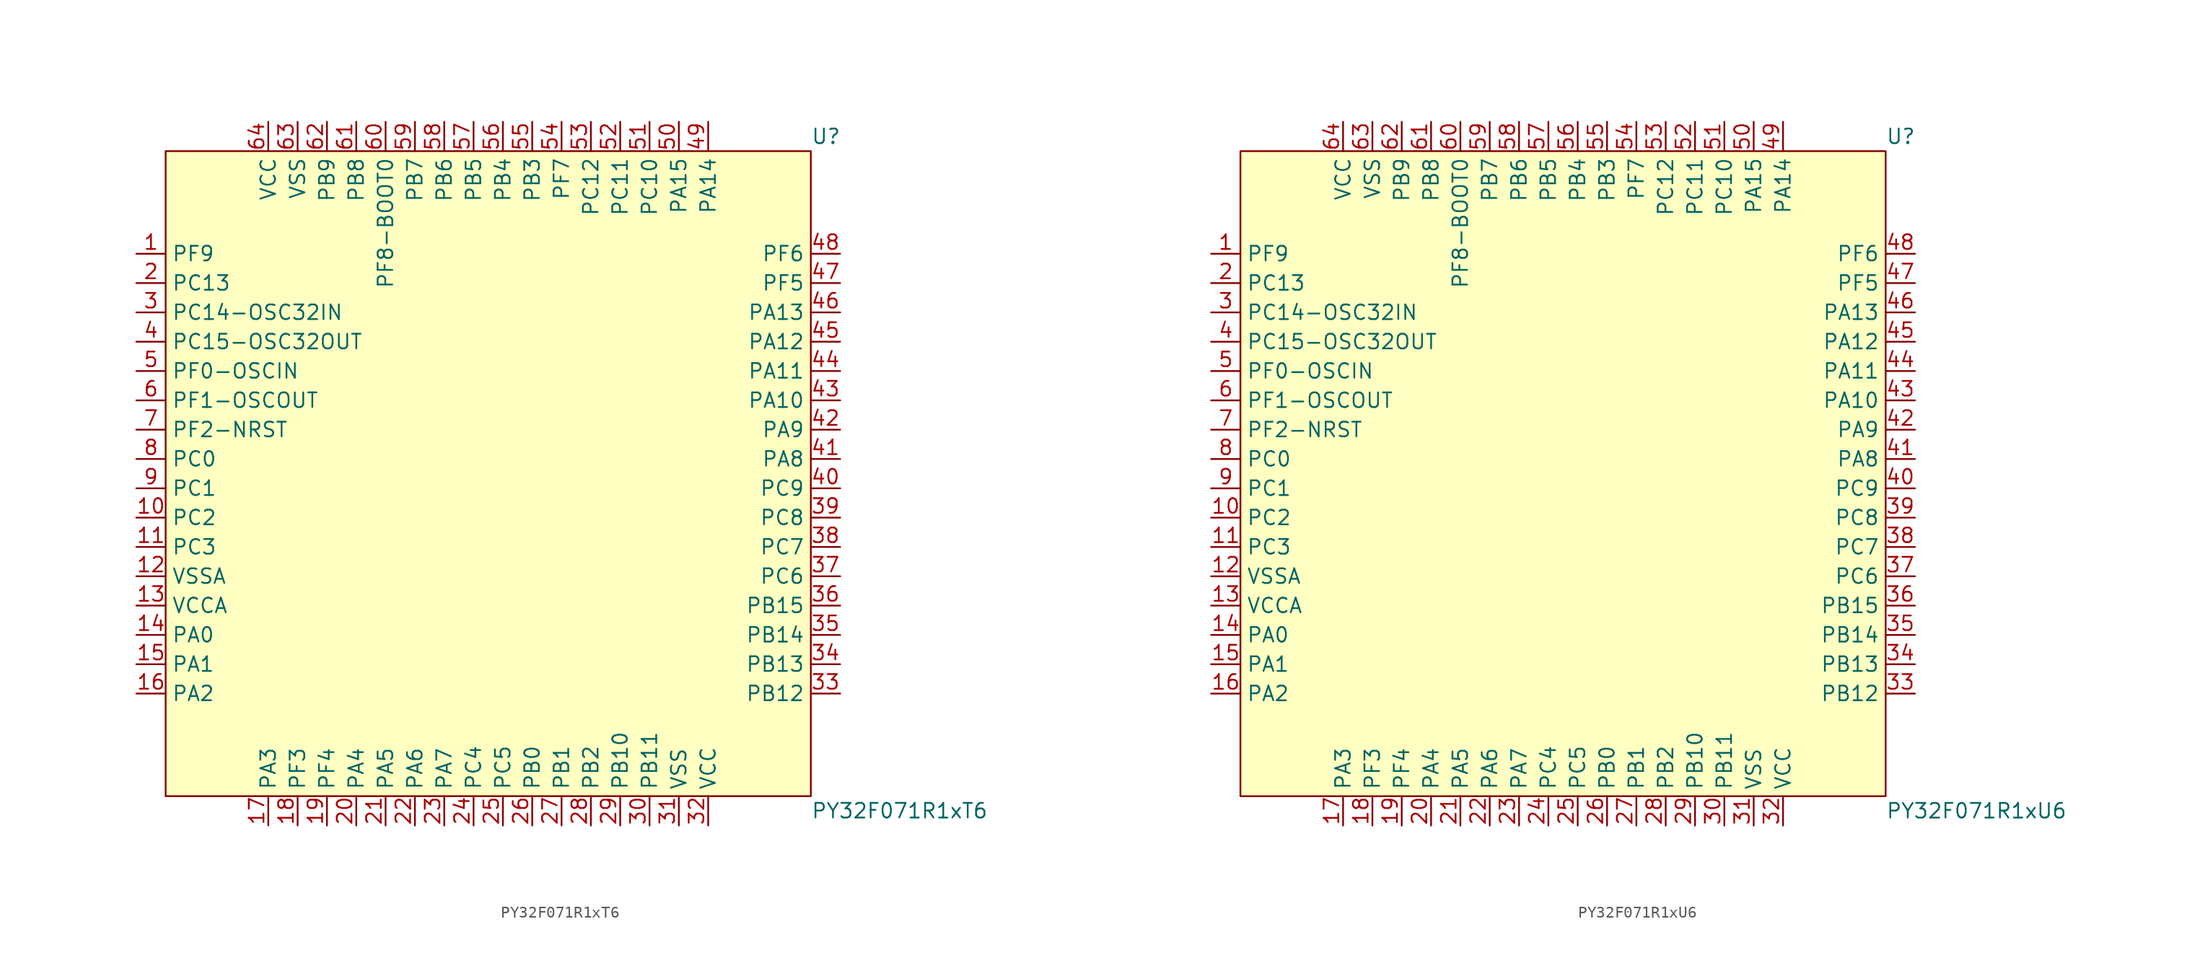
<source format=kicad_sym>
(kicad_symbol_lib
  (version 20241209)
  (generator "kicad_symbol_editor")
  (generator_version "9.0")
  (symbol "PY32F071R1xT6"
    (property "Reference" "U"
      (at 27.94 29.21 0)
      (effects (font (size 1.27 1.27)) (justify left)))
    (property "Value" "PY32F071R1xT6"
      (at 27.94 -29.21 0)
      (effects (font (size 1.27 1.27)) (justify left)))
    (symbol "PY32F071R1xT6_0_0"
      (pin unspecified line (at -30.48 19.05 0) (length 2.54) (name "PF9" (effects (font (size 1.27 1.27)))) (number "1" (effects (font (size 1.27 1.27)))))
      (pin unspecified line (at -30.48 16.51 0) (length 2.54) (name "PC13" (effects (font (size 1.27 1.27)))) (number "2" (effects (font (size 1.27 1.27)))))
      (pin unspecified line (at -30.48 13.97 0) (length 2.54) (name "PC14-OSC32IN" (effects (font (size 1.27 1.27)))) (number "3" (effects (font (size 1.27 1.27)))))
      (pin unspecified line (at -30.48 11.43 0) (length 2.54) (name "PC15-OSC32OUT" (effects (font (size 1.27 1.27)))) (number "4" (effects (font (size 1.27 1.27)))))
      (pin unspecified line (at -30.48 8.89 0) (length 2.54) (name "PF0-OSCIN" (effects (font (size 1.27 1.27)))) (number "5" (effects (font (size 1.27 1.27)))))
      (pin unspecified line (at -30.48 6.35 0) (length 2.54) (name "PF1-OSCOUT" (effects (font (size 1.27 1.27)))) (number "6" (effects (font (size 1.27 1.27)))))
      (pin unspecified line (at -30.48 3.81 0) (length 2.54) (name "PF2-NRST" (effects (font (size 1.27 1.27)))) (number "7" (effects (font (size 1.27 1.27)))))
      (pin unspecified line (at -30.48 1.27 0) (length 2.54) (name "PC0" (effects (font (size 1.27 1.27)))) (number "8" (effects (font (size 1.27 1.27)))))
      (pin unspecified line (at -30.48 -1.27 0) (length 2.54) (name "PC1" (effects (font (size 1.27 1.27)))) (number "9" (effects (font (size 1.27 1.27)))))
      (pin unspecified line (at -30.48 -3.81 0) (length 2.54) (name "PC2" (effects (font (size 1.27 1.27)))) (number "10" (effects (font (size 1.27 1.27)))))
      (pin unspecified line (at -30.48 -6.35 0) (length 2.54) (name "PC3" (effects (font (size 1.27 1.27)))) (number "11" (effects (font (size 1.27 1.27)))))
      (pin unspecified line (at -30.48 -8.89 0) (length 2.54) (name "VSSA" (effects (font (size 1.27 1.27)))) (number "12" (effects (font (size 1.27 1.27)))))
      (pin unspecified line (at -30.48 -11.43 0) (length 2.54) (name "VCCA" (effects (font (size 1.27 1.27)))) (number "13" (effects (font (size 1.27 1.27)))))
      (pin unspecified line (at -30.48 -13.97 0) (length 2.54) (name "PA0" (effects (font (size 1.27 1.27)))) (number "14" (effects (font (size 1.27 1.27)))))
      (pin unspecified line (at -30.48 -16.51 0) (length 2.54) (name "PA1" (effects (font (size 1.27 1.27)))) (number "15" (effects (font (size 1.27 1.27)))))
      (pin unspecified line (at -30.48 -19.05 0) (length 2.54) (name "PA2" (effects (font (size 1.27 1.27)))) (number "16" (effects (font (size 1.27 1.27)))))
      (pin unspecified line (at -19.05 30.48 270) (length 2.54) (name "VCC" (effects (font (size 1.27 1.27)))) (number "64" (effects (font (size 1.27 1.27)))))
      (pin unspecified line (at -19.05 -30.48 90) (length 2.54) (name "PA3" (effects (font (size 1.27 1.27)))) (number "17" (effects (font (size 1.27 1.27)))))
      (pin unspecified line (at -16.51 30.48 270) (length 2.54) (name "VSS" (effects (font (size 1.27 1.27)))) (number "63" (effects (font (size 1.27 1.27)))))
      (pin unspecified line (at -16.51 -30.48 90) (length 2.54) (name "PF3" (effects (font (size 1.27 1.27)))) (number "18" (effects (font (size 1.27 1.27)))))
      (pin unspecified line (at -13.97 30.48 270) (length 2.54) (name "PB9" (effects (font (size 1.27 1.27)))) (number "62" (effects (font (size 1.27 1.27)))))
      (pin unspecified line (at -13.97 -30.48 90) (length 2.54) (name "PF4" (effects (font (size 1.27 1.27)))) (number "19" (effects (font (size 1.27 1.27)))))
      (pin unspecified line (at -11.43 30.48 270) (length 2.54) (name "PB8" (effects (font (size 1.27 1.27)))) (number "61" (effects (font (size 1.27 1.27)))))
      (pin unspecified line (at -11.43 -30.48 90) (length 2.54) (name "PA4" (effects (font (size 1.27 1.27)))) (number "20" (effects (font (size 1.27 1.27)))))
      (pin unspecified line (at -8.89 30.48 270) (length 2.54) (name "PF8-BOOT0" (effects (font (size 1.27 1.27)))) (number "60" (effects (font (size 1.27 1.27)))))
      (pin unspecified line (at -8.89 -30.48 90) (length 2.54) (name "PA5" (effects (font (size 1.27 1.27)))) (number "21" (effects (font (size 1.27 1.27)))))
      (pin unspecified line (at -6.35 30.48 270) (length 2.54) (name "PB7" (effects (font (size 1.27 1.27)))) (number "59" (effects (font (size 1.27 1.27)))))
      (pin unspecified line (at -6.35 -30.48 90) (length 2.54) (name "PA6" (effects (font (size 1.27 1.27)))) (number "22" (effects (font (size 1.27 1.27)))))
      (pin unspecified line (at -3.81 30.48 270) (length 2.54) (name "PB6" (effects (font (size 1.27 1.27)))) (number "58" (effects (font (size 1.27 1.27)))))
      (pin unspecified line (at -3.81 -30.48 90) (length 2.54) (name "PA7" (effects (font (size 1.27 1.27)))) (number "23" (effects (font (size 1.27 1.27)))))
      (pin unspecified line (at 3.81 30.48 270) (length 2.54) (name "PB3" (effects (font (size 1.27 1.27)))) (number "55" (effects (font (size 1.27 1.27)))))
      (pin unspecified line (at 3.81 -30.48 90) (length 2.54) (name "PB0" (effects (font (size 1.27 1.27)))) (number "26" (effects (font (size 1.27 1.27)))))
      (pin unspecified line (at 6.35 30.48 270) (length 2.54) (name "PF7" (effects (font (size 1.27 1.27)))) (number "54" (effects (font (size 1.27 1.27)))))
      (pin unspecified line (at 6.35 -30.48 90) (length 2.54) (name "PB1" (effects (font (size 1.27 1.27)))) (number "27" (effects (font (size 1.27 1.27)))))
      (pin unspecified line (at 8.89 30.48 270) (length 2.54) (name "PC12" (effects (font (size 1.27 1.27)))) (number "53" (effects (font (size 1.27 1.27)))))
      (pin unspecified line (at 8.89 -30.48 90) (length 2.54) (name "PB2" (effects (font (size 1.27 1.27)))) (number "28" (effects (font (size 1.27 1.27)))))
      (pin unspecified line (at 11.43 30.48 270) (length 2.54) (name "PC11" (effects (font (size 1.27 1.27)))) (number "52" (effects (font (size 1.27 1.27)))))
      (pin unspecified line (at 11.43 -30.48 90) (length 2.54) (name "PB10" (effects (font (size 1.27 1.27)))) (number "29" (effects (font (size 1.27 1.27)))))
      (pin unspecified line (at 13.97 30.48 270) (length 2.54) (name "PC10" (effects (font (size 1.27 1.27)))) (number "51" (effects (font (size 1.27 1.27)))))
      (pin unspecified line (at 13.97 -30.48 90) (length 2.54) (name "PB11" (effects (font (size 1.27 1.27)))) (number "30" (effects (font (size 1.27 1.27)))))
      (pin unspecified line (at 16.51 30.48 270) (length 2.54) (name "PA15" (effects (font (size 1.27 1.27)))) (number "50" (effects (font (size 1.27 1.27)))))
      (pin unspecified line (at 16.51 -30.48 90) (length 2.54) (name "VSS" (effects (font (size 1.27 1.27)))) (number "31" (effects (font (size 1.27 1.27)))))
      (pin unspecified line (at 19.05 30.48 270) (length 2.54) (name "PA14" (effects (font (size 1.27 1.27)))) (number "49" (effects (font (size 1.27 1.27)))))
      (pin unspecified line (at 19.05 -30.48 90) (length 2.54) (name "VCC" (effects (font (size 1.27 1.27)))) (number "32" (effects (font (size 1.27 1.27)))))
      (pin unspecified line (at 30.48 19.05 180) (length 2.54) (name "PF6" (effects (font (size 1.27 1.27)))) (number "48" (effects (font (size 1.27 1.27)))))
      (pin unspecified line (at 30.48 16.51 180) (length 2.54) (name "PF5" (effects (font (size 1.27 1.27)))) (number "47" (effects (font (size 1.27 1.27)))))
      (pin unspecified line (at 30.48 13.97 180) (length 2.54) (name "PA13" (effects (font (size 1.27 1.27)))) (number "46" (effects (font (size 1.27 1.27)))))
      (pin unspecified line (at 30.48 11.43 180) (length 2.54) (name "PA12" (effects (font (size 1.27 1.27)))) (number "45" (effects (font (size 1.27 1.27)))))
      (pin unspecified line (at 30.48 8.89 180) (length 2.54) (name "PA11" (effects (font (size 1.27 1.27)))) (number "44" (effects (font (size 1.27 1.27)))))
      (pin unspecified line (at 30.48 6.35 180) (length 2.54) (name "PA10" (effects (font (size 1.27 1.27)))) (number "43" (effects (font (size 1.27 1.27)))))
      (pin unspecified line (at 30.48 3.81 180) (length 2.54) (name "PA9" (effects (font (size 1.27 1.27)))) (number "42" (effects (font (size 1.27 1.27)))))
      (pin unspecified line (at 30.48 -3.81 180) (length 2.54) (name "PC8" (effects (font (size 1.27 1.27)))) (number "39" (effects (font (size 1.27 1.27)))))
      (pin unspecified line (at 30.48 -6.35 180) (length 2.54) (name "PC7" (effects (font (size 1.27 1.27)))) (number "38" (effects (font (size 1.27 1.27)))))
      (pin unspecified line (at 30.48 -8.89 180) (length 2.54) (name "PC6" (effects (font (size 1.27 1.27)))) (number "37" (effects (font (size 1.27 1.27)))))
      (pin unspecified line (at 30.48 -11.43 180) (length 2.54) (name "PB15" (effects (font (size 1.27 1.27)))) (number "36" (effects (font (size 1.27 1.27)))))
      (pin unspecified line (at 30.48 -13.97 180) (length 2.54) (name "PB14" (effects (font (size 1.27 1.27)))) (number "35" (effects (font (size 1.27 1.27)))))
      (pin unspecified line (at 30.48 -16.51 180) (length 2.54) (name "PB13" (effects (font (size 1.27 1.27)))) (number "34" (effects (font (size 1.27 1.27)))))
      (pin unspecified line (at 30.48 -19.05 180) (length 2.54) (name "PB12" (effects (font (size 1.27 1.27)))) (number "33" (effects (font (size 1.27 1.27))))))
    (symbol "PY32F071R1xT6_1_0"
      (pin unspecified line (at -1.27 30.48 270) (length 2.54) (name "PB5" (effects (font (size 1.27 1.27)))) (number "57" (effects (font (size 1.27 1.27)))))
      (pin unspecified line (at -1.27 -30.48 90) (length 2.54) (name "PC4" (effects (font (size 1.27 1.27)))) (number "24" (effects (font (size 1.27 1.27)))))
      (pin unspecified line (at 1.27 30.48 270) (length 2.54) (name "PB4" (effects (font (size 1.27 1.27)))) (number "56" (effects (font (size 1.27 1.27)))))
      (pin unspecified line (at 1.27 -30.48 90) (length 2.54) (name "PC5" (effects (font (size 1.27 1.27)))) (number "25" (effects (font (size 1.27 1.27)))))
      (pin unspecified line (at 30.48 1.27 180) (length 2.54) (name "PA8" (effects (font (size 1.27 1.27)))) (number "41" (effects (font (size 1.27 1.27)))))
      (pin unspecified line (at 30.48 -1.27 180) (length 2.54) (name "PC9" (effects (font (size 1.27 1.27)))) (number "40" (effects (font (size 1.27 1.27))))))
    (symbol "PY32F071R1xT6_1_1"
      (rectangle (start -27.94 27.94) (end 27.94 -27.94) (stroke (width 0) (type solid)) (fill (type background)))))
  (symbol "PY32F071R1xU6"
    (property "Reference" "U"
      (at 27.94 29.21 0)
      (effects (font (size 1.27 1.27)) (justify left)))
    (property "Value" "PY32F071R1xU6"
      (at 27.94 -29.21 0)
      (effects (font (size 1.27 1.27)) (justify left)))
    (symbol "PY32F071R1xU6_0_0"
      (pin unspecified line (at -30.48 19.05 0) (length 2.54) (name "PF9" (effects (font (size 1.27 1.27)))) (number "1" (effects (font (size 1.27 1.27)))))
      (pin unspecified line (at -30.48 16.51 0) (length 2.54) (name "PC13" (effects (font (size 1.27 1.27)))) (number "2" (effects (font (size 1.27 1.27)))))
      (pin unspecified line (at -30.48 13.97 0) (length 2.54) (name "PC14-OSC32IN" (effects (font (size 1.27 1.27)))) (number "3" (effects (font (size 1.27 1.27)))))
      (pin unspecified line (at -30.48 11.43 0) (length 2.54) (name "PC15-OSC32OUT" (effects (font (size 1.27 1.27)))) (number "4" (effects (font (size 1.27 1.27)))))
      (pin unspecified line (at -30.48 8.89 0) (length 2.54) (name "PF0-OSCIN" (effects (font (size 1.27 1.27)))) (number "5" (effects (font (size 1.27 1.27)))))
      (pin unspecified line (at -30.48 6.35 0) (length 2.54) (name "PF1-OSCOUT" (effects (font (size 1.27 1.27)))) (number "6" (effects (font (size 1.27 1.27)))))
      (pin unspecified line (at -30.48 3.81 0) (length 2.54) (name "PF2-NRST" (effects (font (size 1.27 1.27)))) (number "7" (effects (font (size 1.27 1.27)))))
      (pin unspecified line (at -30.48 1.27 0) (length 2.54) (name "PC0" (effects (font (size 1.27 1.27)))) (number "8" (effects (font (size 1.27 1.27)))))
      (pin unspecified line (at -30.48 -1.27 0) (length 2.54) (name "PC1" (effects (font (size 1.27 1.27)))) (number "9" (effects (font (size 1.27 1.27)))))
      (pin unspecified line (at -30.48 -3.81 0) (length 2.54) (name "PC2" (effects (font (size 1.27 1.27)))) (number "10" (effects (font (size 1.27 1.27)))))
      (pin unspecified line (at -30.48 -6.35 0) (length 2.54) (name "PC3" (effects (font (size 1.27 1.27)))) (number "11" (effects (font (size 1.27 1.27)))))
      (pin unspecified line (at -30.48 -8.89 0) (length 2.54) (name "VSSA" (effects (font (size 1.27 1.27)))) (number "12" (effects (font (size 1.27 1.27)))))
      (pin unspecified line (at -30.48 -11.43 0) (length 2.54) (name "VCCA" (effects (font (size 1.27 1.27)))) (number "13" (effects (font (size 1.27 1.27)))))
      (pin unspecified line (at -30.48 -13.97 0) (length 2.54) (name "PA0" (effects (font (size 1.27 1.27)))) (number "14" (effects (font (size 1.27 1.27)))))
      (pin unspecified line (at -30.48 -16.51 0) (length 2.54) (name "PA1" (effects (font (size 1.27 1.27)))) (number "15" (effects (font (size 1.27 1.27)))))
      (pin unspecified line (at -30.48 -19.05 0) (length 2.54) (name "PA2" (effects (font (size 1.27 1.27)))) (number "16" (effects (font (size 1.27 1.27)))))
      (pin unspecified line (at -19.05 30.48 270) (length 2.54) (name "VCC" (effects (font (size 1.27 1.27)))) (number "64" (effects (font (size 1.27 1.27)))))
      (pin unspecified line (at -19.05 -30.48 90) (length 2.54) (name "PA3" (effects (font (size 1.27 1.27)))) (number "17" (effects (font (size 1.27 1.27)))))
      (pin unspecified line (at -16.51 30.48 270) (length 2.54) (name "VSS" (effects (font (size 1.27 1.27)))) (number "63" (effects (font (size 1.27 1.27)))))
      (pin unspecified line (at -16.51 -30.48 90) (length 2.54) (name "PF3" (effects (font (size 1.27 1.27)))) (number "18" (effects (font (size 1.27 1.27)))))
      (pin unspecified line (at -13.97 30.48 270) (length 2.54) (name "PB9" (effects (font (size 1.27 1.27)))) (number "62" (effects (font (size 1.27 1.27)))))
      (pin unspecified line (at -13.97 -30.48 90) (length 2.54) (name "PF4" (effects (font (size 1.27 1.27)))) (number "19" (effects (font (size 1.27 1.27)))))
      (pin unspecified line (at -11.43 30.48 270) (length 2.54) (name "PB8" (effects (font (size 1.27 1.27)))) (number "61" (effects (font (size 1.27 1.27)))))
      (pin unspecified line (at -11.43 -30.48 90) (length 2.54) (name "PA4" (effects (font (size 1.27 1.27)))) (number "20" (effects (font (size 1.27 1.27)))))
      (pin unspecified line (at -8.89 30.48 270) (length 2.54) (name "PF8-BOOT0" (effects (font (size 1.27 1.27)))) (number "60" (effects (font (size 1.27 1.27)))))
      (pin unspecified line (at -8.89 -30.48 90) (length 2.54) (name "PA5" (effects (font (size 1.27 1.27)))) (number "21" (effects (font (size 1.27 1.27)))))
      (pin unspecified line (at -6.35 30.48 270) (length 2.54) (name "PB7" (effects (font (size 1.27 1.27)))) (number "59" (effects (font (size 1.27 1.27)))))
      (pin unspecified line (at -6.35 -30.48 90) (length 2.54) (name "PA6" (effects (font (size 1.27 1.27)))) (number "22" (effects (font (size 1.27 1.27)))))
      (pin unspecified line (at -3.81 30.48 270) (length 2.54) (name "PB6" (effects (font (size 1.27 1.27)))) (number "58" (effects (font (size 1.27 1.27)))))
      (pin unspecified line (at -3.81 -30.48 90) (length 2.54) (name "PA7" (effects (font (size 1.27 1.27)))) (number "23" (effects (font (size 1.27 1.27)))))
      (pin unspecified line (at 3.81 30.48 270) (length 2.54) (name "PB3" (effects (font (size 1.27 1.27)))) (number "55" (effects (font (size 1.27 1.27)))))
      (pin unspecified line (at 3.81 -30.48 90) (length 2.54) (name "PB0" (effects (font (size 1.27 1.27)))) (number "26" (effects (font (size 1.27 1.27)))))
      (pin unspecified line (at 6.35 30.48 270) (length 2.54) (name "PF7" (effects (font (size 1.27 1.27)))) (number "54" (effects (font (size 1.27 1.27)))))
      (pin unspecified line (at 6.35 -30.48 90) (length 2.54) (name "PB1" (effects (font (size 1.27 1.27)))) (number "27" (effects (font (size 1.27 1.27)))))
      (pin unspecified line (at 8.89 30.48 270) (length 2.54) (name "PC12" (effects (font (size 1.27 1.27)))) (number "53" (effects (font (size 1.27 1.27)))))
      (pin unspecified line (at 8.89 -30.48 90) (length 2.54) (name "PB2" (effects (font (size 1.27 1.27)))) (number "28" (effects (font (size 1.27 1.27)))))
      (pin unspecified line (at 11.43 30.48 270) (length 2.54) (name "PC11" (effects (font (size 1.27 1.27)))) (number "52" (effects (font (size 1.27 1.27)))))
      (pin unspecified line (at 11.43 -30.48 90) (length 2.54) (name "PB10" (effects (font (size 1.27 1.27)))) (number "29" (effects (font (size 1.27 1.27)))))
      (pin unspecified line (at 13.97 30.48 270) (length 2.54) (name "PC10" (effects (font (size 1.27 1.27)))) (number "51" (effects (font (size 1.27 1.27)))))
      (pin unspecified line (at 13.97 -30.48 90) (length 2.54) (name "PB11" (effects (font (size 1.27 1.27)))) (number "30" (effects (font (size 1.27 1.27)))))
      (pin unspecified line (at 16.51 30.48 270) (length 2.54) (name "PA15" (effects (font (size 1.27 1.27)))) (number "50" (effects (font (size 1.27 1.27)))))
      (pin unspecified line (at 16.51 -30.48 90) (length 2.54) (name "VSS" (effects (font (size 1.27 1.27)))) (number "31" (effects (font (size 1.27 1.27)))))
      (pin unspecified line (at 19.05 30.48 270) (length 2.54) (name "PA14" (effects (font (size 1.27 1.27)))) (number "49" (effects (font (size 1.27 1.27)))))
      (pin unspecified line (at 19.05 -30.48 90) (length 2.54) (name "VCC" (effects (font (size 1.27 1.27)))) (number "32" (effects (font (size 1.27 1.27)))))
      (pin unspecified line (at 30.48 19.05 180) (length 2.54) (name "PF6" (effects (font (size 1.27 1.27)))) (number "48" (effects (font (size 1.27 1.27)))))
      (pin unspecified line (at 30.48 16.51 180) (length 2.54) (name "PF5" (effects (font (size 1.27 1.27)))) (number "47" (effects (font (size 1.27 1.27)))))
      (pin unspecified line (at 30.48 13.97 180) (length 2.54) (name "PA13" (effects (font (size 1.27 1.27)))) (number "46" (effects (font (size 1.27 1.27)))))
      (pin unspecified line (at 30.48 11.43 180) (length 2.54) (name "PA12" (effects (font (size 1.27 1.27)))) (number "45" (effects (font (size 1.27 1.27)))))
      (pin unspecified line (at 30.48 8.89 180) (length 2.54) (name "PA11" (effects (font (size 1.27 1.27)))) (number "44" (effects (font (size 1.27 1.27)))))
      (pin unspecified line (at 30.48 6.35 180) (length 2.54) (name "PA10" (effects (font (size 1.27 1.27)))) (number "43" (effects (font (size 1.27 1.27)))))
      (pin unspecified line (at 30.48 3.81 180) (length 2.54) (name "PA9" (effects (font (size 1.27 1.27)))) (number "42" (effects (font (size 1.27 1.27)))))
      (pin unspecified line (at 30.48 -3.81 180) (length 2.54) (name "PC8" (effects (font (size 1.27 1.27)))) (number "39" (effects (font (size 1.27 1.27)))))
      (pin unspecified line (at 30.48 -6.35 180) (length 2.54) (name "PC7" (effects (font (size 1.27 1.27)))) (number "38" (effects (font (size 1.27 1.27)))))
      (pin unspecified line (at 30.48 -8.89 180) (length 2.54) (name "PC6" (effects (font (size 1.27 1.27)))) (number "37" (effects (font (size 1.27 1.27)))))
      (pin unspecified line (at 30.48 -11.43 180) (length 2.54) (name "PB15" (effects (font (size 1.27 1.27)))) (number "36" (effects (font (size 1.27 1.27)))))
      (pin unspecified line (at 30.48 -13.97 180) (length 2.54) (name "PB14" (effects (font (size 1.27 1.27)))) (number "35" (effects (font (size 1.27 1.27)))))
      (pin unspecified line (at 30.48 -16.51 180) (length 2.54) (name "PB13" (effects (font (size 1.27 1.27)))) (number "34" (effects (font (size 1.27 1.27)))))
      (pin unspecified line (at 30.48 -19.05 180) (length 2.54) (name "PB12" (effects (font (size 1.27 1.27)))) (number "33" (effects (font (size 1.27 1.27))))))
    (symbol "PY32F071R1xU6_1_0"
      (pin unspecified line (at -1.27 30.48 270) (length 2.54) (name "PB5" (effects (font (size 1.27 1.27)))) (number "57" (effects (font (size 1.27 1.27)))))
      (pin unspecified line (at -1.27 -30.48 90) (length 2.54) (name "PC4" (effects (font (size 1.27 1.27)))) (number "24" (effects (font (size 1.27 1.27)))))
      (pin unspecified line (at 1.27 30.48 270) (length 2.54) (name "PB4" (effects (font (size 1.27 1.27)))) (number "56" (effects (font (size 1.27 1.27)))))
      (pin unspecified line (at 1.27 -30.48 90) (length 2.54) (name "PC5" (effects (font (size 1.27 1.27)))) (number "25" (effects (font (size 1.27 1.27)))))
      (pin unspecified line (at 30.48 1.27 180) (length 2.54) (name "PA8" (effects (font (size 1.27 1.27)))) (number "41" (effects (font (size 1.27 1.27)))))
      (pin unspecified line (at 30.48 -1.27 180) (length 2.54) (name "PC9" (effects (font (size 1.27 1.27)))) (number "40" (effects (font (size 1.27 1.27))))))
    (symbol "PY32F071R1xU6_1_1"
      (rectangle (start -27.94 27.94) (end 27.94 -27.94) (stroke (width 0) (type solid)) (fill (type background))))))
</source>
